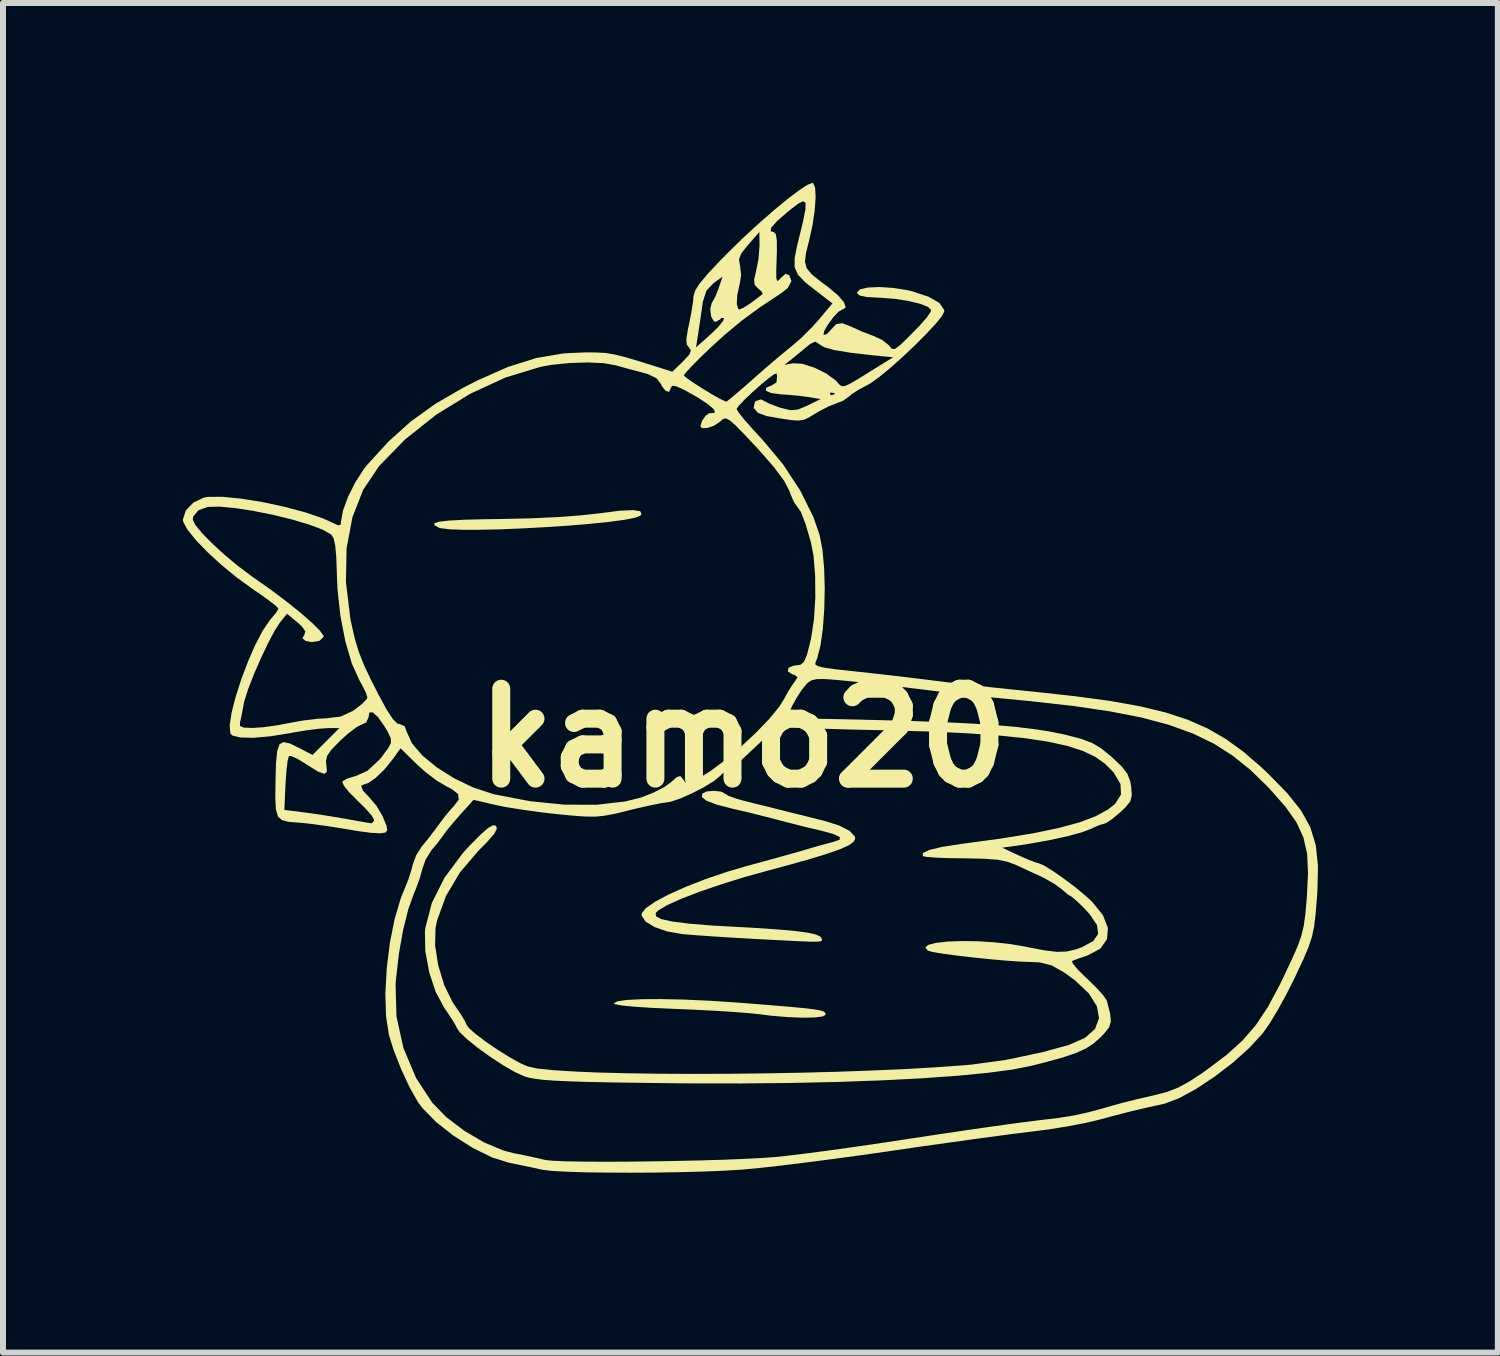
<source format=kicad_pcb>
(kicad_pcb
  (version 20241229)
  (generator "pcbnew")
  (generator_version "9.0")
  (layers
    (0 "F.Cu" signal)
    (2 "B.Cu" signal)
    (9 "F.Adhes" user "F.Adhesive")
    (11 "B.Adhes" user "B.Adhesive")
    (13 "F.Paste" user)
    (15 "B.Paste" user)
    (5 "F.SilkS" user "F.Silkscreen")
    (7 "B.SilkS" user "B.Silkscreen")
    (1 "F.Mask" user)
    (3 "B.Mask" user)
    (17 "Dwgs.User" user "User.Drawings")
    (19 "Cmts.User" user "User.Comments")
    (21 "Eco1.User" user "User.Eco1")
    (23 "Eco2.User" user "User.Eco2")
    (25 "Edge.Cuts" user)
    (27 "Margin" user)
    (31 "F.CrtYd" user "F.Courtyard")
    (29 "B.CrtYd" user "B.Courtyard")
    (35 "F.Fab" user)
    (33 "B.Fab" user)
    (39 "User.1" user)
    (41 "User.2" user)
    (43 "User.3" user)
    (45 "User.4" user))
  (footprint "kamo20"
    (layer "F.Cu")
    (at 9.346 9.259)
    (property "Reference" "kamo20" (at 0 0 0) (layer "F.SilkS") (effects (font (size 1.5 1.5) (thickness 0.3))))
    (attr board_only exclude_from_pos_files exclude_from_bom)
    (fp_poly (pts (xy -1.717 -3.782) (xy -1.696 -3.734) (xy -1.717 -3.707) (xy -1.803 -3.673) (xy -1.981 -3.639) (xy -2.235 -3.605) (xy -2.546 -3.573) (xy -2.898 -3.543) (xy -3.273 -3.518) (xy -3.655 -3.497) (xy -4.024 -3.481) (xy -4.366 -3.473) (xy -4.661 -3.472) (xy -4.892 -3.48) (xy -5.043 -3.499) (xy -5.076 -3.508) (xy -5.15 -3.549) (xy -5.151 -3.582) (xy -5.074 -3.607) (xy -4.911 -3.626) (xy -4.656 -3.64) (xy -4.302 -3.649) (xy -4.041 -3.652) (xy -3.566 -3.663) (xy -3.117 -3.683) (xy -2.721 -3.712) (xy -2.404 -3.747) (xy -2.364 -3.752) (xy -2.055 -3.791) (xy -1.838 -3.801)) (stroke (width 0) (type solid)) (fill yes) (layer "F.SilkS"))
    (fp_poly (pts (xy -0.998 4.363) (xy -0.572 4.382) (xy -0.111 4.412) (xy 0.082 4.427) (xy 0.491 4.46) (xy 0.803 4.486) (xy 1.031 4.508) (xy 1.189 4.527) (xy 1.289 4.545) (xy 1.345 4.563) (xy 1.369 4.585) (xy 1.374 4.611) (xy 1.374 4.616) (xy 1.324 4.646) (xy 1.185 4.662) (xy 0.982 4.665) (xy 0.735 4.655) (xy 0.466 4.632) (xy 0.275 4.608) (xy 0.103 4.59) (xy -0.153 4.57) (xy -0.468 4.55) (xy -0.817 4.532) (xy -1.127 4.519) (xy -1.508 4.502) (xy -1.809 4.483) (xy -2.022 4.462) (xy -2.138 4.44) (xy -2.158 4.426) (xy -2.096 4.392) (xy -1.937 4.369) (xy -1.692 4.357) (xy -1.375 4.355)) (stroke (width 0) (type solid)) (fill yes) (layer "F.SilkS"))
    (fp_poly (pts (xy -0.363 0.896) (xy -0.307 0.927) (xy -0.241 0.967) (xy -0.104 1.016) (xy -0.015 1.041) (xy 0.22 1.1) (xy 0.534 1.178) (xy 0.898 1.269) (xy 1.284 1.365) (xy 1.347 1.38) (xy 1.595 1.458) (xy 1.772 1.548) (xy 1.861 1.64) (xy 1.869 1.675) (xy 1.845 1.728) (xy 1.768 1.786) (xy 1.627 1.851) (xy 1.413 1.927) (xy 1.116 2.018) (xy 0.728 2.127) (xy 0.44 2.204) (xy 0.019 2.321) (xy -0.376 2.444) (xy -0.732 2.566) (xy -1.033 2.682) (xy -1.266 2.787) (xy -1.415 2.875) (xy -1.46 2.919) (xy -1.455 2.974) (xy -1.364 3.022) (xy -1.181 3.062) (xy -0.902 3.097) (xy -0.521 3.128) (xy -0.253 3.143) (xy 0.218 3.169) (xy 0.589 3.195) (xy 0.87 3.22) (xy 1.073 3.247) (xy 1.206 3.276) (xy 1.281 3.309) (xy 1.306 3.34) (xy 1.314 3.364) (xy 1.312 3.381) (xy 1.285 3.392) (xy 1.222 3.398) (xy 1.108 3.397) (xy 0.931 3.39) (xy 0.676 3.377) (xy 0.332 3.359) (xy 0.137 3.348) (xy -0.185 3.33) (xy -0.5 3.31) (xy -0.774 3.291) (xy -0.979 3.274) (xy -1.022 3.27) (xy -1.27 3.226) (xy -1.478 3.154) (xy -1.627 3.063) (xy -1.694 2.964) (xy -1.694 2.929) (xy -1.629 2.842) (xy -1.474 2.734) (xy -1.245 2.611) (xy -0.957 2.482) (xy -0.626 2.353) (xy -0.269 2.232) (xy 0.055 2.137) (xy 0.358 2.054) (xy 0.645 1.975) (xy 0.888 1.907) (xy 1.061 1.857) (xy 1.1 1.845) (xy 1.287 1.791) (xy 1.457 1.745) (xy 1.5 1.735) (xy 1.61 1.696) (xy 1.611 1.652) (xy 1.504 1.601) (xy 1.288 1.543) (xy 1.281 1.541) (xy 1.045 1.486) (xy 0.776 1.418) (xy 0.605 1.373) (xy 0.358 1.309) (xy 0.071 1.238) (xy -0.165 1.183) (xy -0.439 1.113) (xy -0.611 1.048) (xy -0.688 0.985) (xy -0.683 0.928) (xy -0.609 0.892) (xy -0.484 0.881)) (stroke (width 0) (type solid)) (fill yes) (layer "F.SilkS"))
    (fp_poly (pts (xy 1.166 -9.257) (xy 1.2 -9.179) (xy 1.208 -9.019) (xy 1.193 -8.801) (xy 1.156 -8.551) (xy 1.101 -8.304) (xy 1.048 -8.092) (xy 1.03 -7.946) (xy 1.058 -7.836) (xy 1.144 -7.733) (xy 1.299 -7.608) (xy 1.416 -7.522) (xy 1.577 -7.387) (xy 1.679 -7.27) (xy 1.711 -7.185) (xy 1.665 -7.148) (xy 1.652 -7.147) (xy 1.587 -7.108) (xy 1.499 -7.013) (xy 1.412 -6.894) (xy 1.351 -6.787) (xy 1.339 -6.724) (xy 1.341 -6.723) (xy 1.394 -6.735) (xy 1.461 -6.807) (xy 1.551 -6.902) (xy 1.654 -6.918) (xy 1.804 -6.86) (xy 1.823 -6.85) (xy 1.979 -6.78) (xy 2.157 -6.712) (xy 2.166 -6.709) (xy 2.317 -6.639) (xy 2.426 -6.554) (xy 2.435 -6.542) (xy 2.481 -6.49) (xy 2.533 -6.489) (xy 2.614 -6.55) (xy 2.724 -6.655) (xy 2.932 -6.866) (xy 3.063 -7.014) (xy 3.126 -7.108) (xy 3.134 -7.138) (xy 3.083 -7.19) (xy 2.948 -7.243) (xy 2.753 -7.29) (xy 2.523 -7.325) (xy 2.284 -7.343) (xy 2.282 -7.343) (xy 2.065 -7.355) (xy 1.942 -7.38) (xy 1.898 -7.42) (xy 1.897 -7.429) (xy 1.947 -7.482) (xy 2.08 -7.513) (xy 2.272 -7.522) (xy 2.499 -7.507) (xy 2.735 -7.47) (xy 2.816 -7.451) (xy 3.092 -7.36) (xy 3.273 -7.255) (xy 3.351 -7.141) (xy 3.354 -7.114) (xy 3.314 -7.036) (xy 3.208 -6.905) (xy 3.051 -6.737) (xy 2.863 -6.548) (xy 2.659 -6.356) (xy 2.457 -6.175) (xy 2.274 -6.024) (xy 2.128 -5.919) (xy 2.077 -5.89) (xy 1.918 -5.805) (xy 1.797 -5.725) (xy 1.762 -5.693) (xy 1.662 -5.622) (xy 1.56 -5.584) (xy 1.428 -5.532) (xy 1.261 -5.446) (xy 1.198 -5.408) (xy 1.097 -5.346) (xy 1.013 -5.308) (xy 0.92 -5.294) (xy 0.792 -5.303) (xy 0.603 -5.332) (xy 0.394 -5.369) (xy 0.245 -5.423) (xy 0.174 -5.507) (xy 0.195 -5.603) (xy 0.21 -5.62) (xy 0.299 -5.648) (xy 0.341 -5.626) (xy 0.437 -5.576) (xy 0.587 -5.519) (xy 0.632 -5.505) (xy 0.789 -5.467) (xy 0.914 -5.478) (xy 1.069 -5.543) (xy 1.072 -5.545) (xy 1.291 -5.653) (xy 1.099 -5.685) (xy 0.924 -5.708) (xy 0.71 -5.727) (xy 0.632 -5.731) (xy 0.465 -5.753) (xy 0.463 -5.754) (xy 1.448 -5.754) (xy 1.455 -5.722) (xy 1.484 -5.718) (xy 1.53 -5.738) (xy 1.521 -5.754) (xy 1.456 -5.761) (xy 1.448 -5.754) (xy 0.463 -5.754) (xy 0.379 -5.793) (xy 0.383 -5.84) (xy 0.479 -5.883) (xy 0.555 -5.931) (xy 0.565 -6.034) (xy 0.557 -6.081) (xy 0.517 -6.068) (xy 0.421 -5.997) (xy 0.292 -5.89) (xy 0.152 -5.765) (xy 0.023 -5.643) (xy -0.072 -5.544) (xy -0.11 -5.487) (xy -0.11 -5.486) (xy -0.074 -5.426) (xy 0.023 -5.305) (xy 0.167 -5.142) (xy 0.327 -4.969) (xy 0.664 -4.565) (xy 0.951 -4.128) (xy 1.17 -3.687) (xy 1.275 -3.384) (xy 1.322 -3.139) (xy 1.35 -2.833) (xy 1.36 -2.493) (xy 1.352 -2.146) (xy 1.328 -1.818) (xy 1.288 -1.535) (xy 1.233 -1.324) (xy 1.207 -1.265) (xy 1.202 -1.227) (xy 1.246 -1.198) (xy 1.352 -1.172) (xy 1.537 -1.146) (xy 1.804 -1.117) (xy 2.138 -1.081) (xy 2.524 -1.037) (xy 2.907 -0.991) (xy 3.134 -0.963) (xy 3.424 -0.927) (xy 3.789 -0.885) (xy 4.193 -0.84) (xy 4.601 -0.797) (xy 4.866 -0.77) (xy 5.541 -0.696) (xy 6.12 -0.618) (xy 6.616 -0.529) (xy 7.044 -0.426) (xy 7.416 -0.304) (xy 7.747 -0.158) (xy 8.05 0.017) (xy 8.339 0.226) (xy 8.627 0.474) (xy 8.761 0.6) (xy 9.074 0.92) (xy 9.304 1.208) (xy 9.459 1.489) (xy 9.55 1.787) (xy 9.587 2.129) (xy 9.578 2.538) (xy 9.569 2.674) (xy 9.547 2.944) (xy 9.522 3.149) (xy 9.485 3.321) (xy 9.428 3.492) (xy 9.342 3.694) (xy 9.217 3.961) (xy 9.206 3.986) (xy 9.066 4.264) (xy 8.918 4.534) (xy 8.779 4.765) (xy 8.666 4.926) (xy 8.666 4.926) (xy 8.442 5.169) (xy 8.167 5.416) (xy 7.863 5.649) (xy 7.557 5.852) (xy 7.271 6.008) (xy 7.029 6.1) (xy 7.003 6.106) (xy 6.709 6.17) (xy 6.453 6.231) (xy 6.186 6.3) (xy 5.926 6.37) (xy 5.694 6.424) (xy 5.395 6.481) (xy 5.071 6.532) (xy 4.827 6.563) (xy 4.596 6.591) (xy 4.278 6.633) (xy 3.893 6.685) (xy 3.461 6.745) (xy 3.004 6.809) (xy 2.543 6.876) (xy 2.447 6.89) (xy 1.981 6.957) (xy 1.509 7.021) (xy 1.054 7.08) (xy 0.638 7.131) (xy 0.283 7.171) (xy 0.01 7.197) (xy -0.027 7.2) (xy -0.323 7.218) (xy -0.676 7.232) (xy -1.067 7.242) (xy -1.478 7.249) (xy -1.891 7.251) (xy -2.288 7.249) (xy -2.65 7.244) (xy -2.959 7.234) (xy -3.196 7.22) (xy -3.344 7.203) (xy -3.354 7.201) (xy -3.512 7.166) (xy -3.727 7.121) (xy -3.903 7.086) (xy -4.192 6.995) (xy -4.512 6.837) (xy -4.833 6.633) (xy -5.123 6.405) (xy -5.352 6.171) (xy -5.427 6.069) (xy -5.565 5.825) (xy -5.706 5.522) (xy -5.829 5.21) (xy -5.909 4.954) (xy -5.957 4.644) (xy -5.969 4.264) (xy -5.96 4.11) (xy -5.798 4.11) (xy -5.783 4.644) (xy -5.667 5.172) (xy -5.457 5.67) (xy -5.185 6.085) (xy -4.951 6.325) (xy -4.651 6.552) (xy -4.323 6.745) (xy -4.002 6.88) (xy -3.844 6.922) (xy -3.624 6.966) (xy -3.417 7.011) (xy -3.299 7.039) (xy -3.187 7.051) (xy -2.981 7.06) (xy -2.699 7.066) (xy -2.357 7.068) (xy -1.97 7.067) (xy -1.556 7.062) (xy -1.131 7.055) (xy -0.712 7.046) (xy -0.314 7.034) (xy 0.045 7.019) (xy 0.349 7.003) (xy 0.522 6.99) (xy 0.737 6.968) (xy 1.04 6.931) (xy 1.409 6.883) (xy 1.825 6.825) (xy 2.267 6.761) (xy 2.713 6.694) (xy 2.749 6.688) (xy 3.191 6.621) (xy 3.626 6.556) (xy 4.035 6.497) (xy 4.398 6.446) (xy 4.694 6.406) (xy 4.903 6.38) (xy 4.92 6.378) (xy 5.247 6.339) (xy 5.513 6.297) (xy 5.766 6.241) (xy 6.055 6.162) (xy 6.158 6.132) (xy 6.336 6.083) (xy 6.573 6.024) (xy 6.819 5.967) (xy 6.834 5.964) (xy 7.06 5.906) (xy 7.25 5.834) (xy 7.441 5.73) (xy 7.672 5.578) (xy 7.732 5.535) (xy 8.064 5.285) (xy 8.329 5.045) (xy 8.549 4.791) (xy 8.747 4.494) (xy 8.944 4.128) (xy 9.025 3.96) (xy 9.157 3.68) (xy 9.25 3.469) (xy 9.311 3.296) (xy 9.35 3.131) (xy 9.376 2.945) (xy 9.397 2.707) (xy 9.401 2.657) (xy 9.421 2.255) (xy 9.406 1.932) (xy 9.344 1.658) (xy 9.227 1.405) (xy 9.044 1.146) (xy 8.785 0.853) (xy 8.742 0.807) (xy 8.459 0.532) (xy 8.166 0.296) (xy 7.849 0.094) (xy 7.497 -0.076) (xy 7.098 -0.22) (xy 6.64 -0.342) (xy 6.11 -0.445) (xy 5.498 -0.535) (xy 4.791 -0.614) (xy 4.591 -0.633) (xy 4.225 -0.669) (xy 3.836 -0.71) (xy 3.463 -0.752) (xy 3.148 -0.789) (xy 3.079 -0.798) (xy 2.737 -0.84) (xy 2.347 -0.886) (xy 1.972 -0.927) (xy 1.808 -0.944) (xy 1.534 -0.971) (xy 1.346 -0.984) (xy 1.224 -0.982) (xy 1.146 -0.965) (xy 1.089 -0.93) (xy 1.059 -0.903) (xy 0.98 -0.807) (xy 0.893 -0.673) (xy 0.815 -0.531) (xy 0.761 -0.41) (xy 0.745 -0.338) (xy 0.755 -0.329) (xy 1.551 -0.315) (xy 2.246 -0.299) (xy 2.849 -0.282) (xy 3.371 -0.262) (xy 3.82 -0.24) (xy 4.206 -0.215) (xy 4.537 -0.186) (xy 4.824 -0.152) (xy 5.076 -0.114) (xy 5.301 -0.07) (xy 5.39 -0.05) (xy 5.639 0.015) (xy 5.819 0.083) (xy 5.97 0.172) (xy 6.131 0.303) (xy 6.15 0.319) (xy 6.313 0.474) (xy 6.408 0.598) (xy 6.456 0.724) (xy 6.471 0.811) (xy 6.482 0.956) (xy 6.456 1.057) (xy 6.374 1.159) (xy 6.291 1.237) (xy 6.161 1.347) (xy 6.058 1.417) (xy 6.023 1.43) (xy 5.937 1.454) (xy 5.81 1.511) (xy 5.805 1.514) (xy 5.649 1.573) (xy 5.407 1.639) (xy 5.106 1.705) (xy 4.768 1.765) (xy 4.593 1.792) (xy 4.32 1.83) (xy 4.593 1.958) (xy 4.754 2.029) (xy 4.878 2.076) (xy 4.921 2.087) (xy 5.008 2.122) (xy 5.154 2.211) (xy 5.335 2.336) (xy 5.527 2.48) (xy 5.704 2.626) (xy 5.817 2.729) (xy 6 2.955) (xy 6.083 3.168) (xy 6.068 3.357) (xy 5.956 3.514) (xy 5.747 3.626) (xy 5.733 3.631) (xy 5.59 3.679) (xy 5.495 3.716) (xy 5.484 3.722) (xy 5.501 3.767) (xy 5.583 3.865) (xy 5.715 3.995) (xy 5.742 4.02) (xy 5.893 4.167) (xy 6.008 4.296) (xy 6.066 4.383) (xy 6.067 4.388) (xy 6.119 4.592) (xy 6.133 4.727) (xy 6.103 4.827) (xy 6.023 4.928) (xy 5.954 4.999) (xy 5.84 5.099) (xy 5.71 5.182) (xy 5.545 5.257) (xy 5.323 5.331) (xy 5.024 5.413) (xy 4.806 5.468) (xy 4.489 5.531) (xy 4.071 5.586) (xy 3.561 5.635) (xy 2.97 5.677) (xy 2.305 5.711) (xy 1.577 5.737) (xy 0.795 5.754) (xy -0.033 5.762) (xy -0.897 5.761) (xy -1.21 5.758) (xy -1.776 5.751) (xy -2.243 5.744) (xy -2.623 5.736) (xy -2.925 5.726) (xy -3.161 5.715) (xy -3.342 5.701) (xy -3.479 5.684) (xy -3.582 5.664) (xy -3.647 5.645) (xy -3.804 5.574) (xy -4.002 5.46) (xy -4.217 5.319) (xy -4.426 5.169) (xy -4.604 5.026) (xy -4.728 4.907) (xy -4.77 4.846) (xy -4.82 4.752) (xy -4.912 4.608) (xy -4.985 4.503) (xy -5.129 4.236) (xy -5.238 3.905) (xy -5.302 3.555) (xy -5.309 3.23) (xy -5.302 3.17) (xy -5.193 2.751) (xy -4.981 2.329) (xy -4.675 1.918) (xy -4.566 1.799) (xy -4.38 1.611) (xy -4.252 1.499) (xy -4.169 1.454) (xy -4.122 1.465) (xy -4.109 1.516) (xy -4.155 1.601) (xy -4.269 1.733) (xy -4.414 1.879) (xy -4.722 2.239) (xy -4.957 2.634) (xy -5.104 3.038) (xy -5.132 3.173) (xy -5.139 3.462) (xy -5.087 3.792) (xy -4.987 4.121) (xy -4.849 4.404) (xy -4.81 4.462) (xy -4.707 4.612) (xy -4.638 4.728) (xy -4.618 4.776) (xy -4.574 4.84) (xy -4.457 4.942) (xy -4.291 5.067) (xy -4.097 5.2) (xy -3.899 5.323) (xy -3.72 5.423) (xy -3.59 5.48) (xy -3.433 5.513) (xy -3.178 5.54) (xy -2.837 5.562) (xy -2.421 5.58) (xy -1.943 5.592) (xy -1.415 5.6) (xy -0.847 5.603) (xy -0.252 5.601) (xy 0.358 5.594) (xy 0.971 5.583) (xy 1.576 5.567) (xy 2.161 5.546) (xy 2.713 5.522) (xy 3.222 5.492) (xy 3.675 5.459) (xy 3.821 5.446) (xy 4.39 5.368) (xy 4.987 5.242) (xy 5.429 5.121) (xy 5.7 5.003) (xy 5.869 4.852) (xy 5.935 4.674) (xy 5.9 4.475) (xy 5.764 4.26) (xy 5.527 4.036) (xy 5.348 3.907) (xy 5.146 3.794) (xy 4.954 3.745) (xy 4.815 3.737) (xy 4.632 3.731) (xy 4.392 3.714) (xy 4.119 3.69) (xy 3.836 3.661) (xy 3.568 3.63) (xy 3.337 3.599) (xy 3.167 3.571) (xy 3.082 3.548) (xy 3.081 3.548) (xy 3.038 3.494) (xy 3.088 3.45) (xy 3.216 3.417) (xy 3.406 3.396) (xy 3.642 3.387) (xy 3.908 3.39) (xy 4.188 3.408) (xy 4.466 3.439) (xy 4.728 3.484) (xy 4.728 3.485) (xy 5.016 3.541) (xy 5.229 3.567) (xy 5.399 3.561) (xy 5.556 3.524) (xy 5.657 3.487) (xy 5.84 3.386) (xy 5.921 3.267) (xy 5.901 3.12) (xy 5.78 2.94) (xy 5.682 2.834) (xy 5.566 2.722) (xy 5.484 2.652) (xy 5.463 2.639) (xy 5.409 2.606) (xy 5.32 2.529) (xy 5.193 2.435) (xy 5.025 2.339) (xy 4.979 2.316) (xy 4.775 2.222) (xy 4.565 2.125) (xy 4.536 2.112) (xy 4.406 2.064) (xy 4.249 2.032) (xy 4.038 2.015) (xy 3.748 2.008) (xy 3.674 2.007) (xy 3.418 2.004) (xy 3.204 1.995) (xy 3.056 1.983) (xy 2.995 1.969) (xy 2.999 1.918) (xy 3.109 1.866) (xy 3.322 1.816) (xy 3.634 1.767) (xy 3.684 1.761) (xy 4.309 1.676) (xy 4.832 1.591) (xy 5.263 1.501) (xy 5.611 1.407) (xy 5.883 1.304) (xy 6.089 1.19) (xy 6.204 1.098) (xy 6.302 0.943) (xy 6.292 0.767) (xy 6.178 0.574) (xy 6.034 0.429) (xy 5.874 0.316) (xy 5.669 0.217) (xy 5.413 0.134) (xy 5.096 0.063) (xy 4.711 0.005) (xy 4.25 -0.043) (xy 3.706 -0.08) (xy 3.07 -0.109) (xy 2.334 -0.129) (xy 2.101 -0.134) (xy 1.719 -0.143) (xy 1.374 -0.153) (xy 1.079 -0.164) (xy 0.851 -0.175) (xy 0.704 -0.186) (xy 0.656 -0.194) (xy 0.593 -0.176) (xy 0.476 -0.096) (xy 0.331 0.028) (xy 0.322 0.037) (xy 0.103 0.244) (xy -0.05 0.386) (xy -0.15 0.476) (xy -0.212 0.525) (xy -0.249 0.546) (xy -0.271 0.55) (xy -0.339 0.587) (xy -0.389 0.637) (xy -0.492 0.721) (xy -0.663 0.825) (xy -0.865 0.928) (xy -1.063 1.015) (xy -1.22 1.066) (xy -1.265 1.073) (xy -1.377 1.089) (xy -1.564 1.127) (xy -1.794 1.179) (xy -1.915 1.209) (xy -2.138 1.264) (xy -2.313 1.297) (xy -2.473 1.312) (xy -2.652 1.31) (xy -2.883 1.292) (xy -3.097 1.271) (xy -3.401 1.236) (xy -3.705 1.193) (xy -3.972 1.15) (xy -4.132 1.117) (xy -4.497 1.032) (xy -4.709 1.266) (xy -4.841 1.418) (xy -4.953 1.554) (xy -4.998 1.616) (xy -5.091 1.743) (xy -5.197 1.869) (xy -5.295 2.024) (xy -5.351 2.181) (xy -5.395 2.342) (xy -5.466 2.534) (xy -5.492 2.594) (xy -5.586 2.857) (xy -5.672 3.201) (xy -5.742 3.595) (xy -5.79 4.011) (xy -5.798 4.11) (xy -5.96 4.11) (xy -5.946 3.844) (xy -5.893 3.416) (xy -5.812 3.012) (xy -5.708 2.663) (xy -5.657 2.539) (xy -5.582 2.352) (xy -5.526 2.174) (xy -5.516 2.126) (xy -5.454 1.955) (xy -5.364 1.814) (xy -5.257 1.683) (xy -5.13 1.517) (xy -5.087 1.457) (xy -4.971 1.304) (xy -4.863 1.175) (xy -4.829 1.139) (xy -4.745 1.028) (xy -4.754 0.937) (xy -4.863 0.85) (xy -4.954 0.804) (xy -5.114 0.709) (xy -5.301 0.567) (xy -5.446 0.436) (xy -5.715 0.172) (xy -5.84 0.347) (xy -5.98 0.521) (xy -6.127 0.663) (xy -6.253 0.751) (xy -6.309 0.768) (xy -6.373 0.797) (xy -6.341 0.879) (xy -6.233 0.994) (xy -6.116 1.132) (xy -6.014 1.305) (xy -5.948 1.468) (xy -5.938 1.538) (xy -5.964 1.576) (xy -6.053 1.591) (xy -6.215 1.581) (xy -6.464 1.547) (xy -6.676 1.511) (xy -6.932 1.47) (xy -7.181 1.436) (xy -7.378 1.415) (xy -7.413 1.412) (xy -7.579 1.399) (xy -7.692 1.371) (xy -7.76 1.309) (xy -7.792 1.2) (xy -7.653 1.2) (xy -7.331 1.24) (xy -7.099 1.272) (xy -6.827 1.315) (xy -6.625 1.35) (xy -6.429 1.385) (xy -6.277 1.412) (xy -6.2 1.424) (xy -6.199 1.424) (xy -6.16 1.386) (xy -6.158 1.364) (xy -6.195 1.296) (xy -6.295 1.181) (xy -6.435 1.043) (xy -6.439 1.039) (xy -6.574 0.903) (xy -6.663 0.792) (xy -6.688 0.727) (xy -6.687 0.726) (xy -6.614 0.68) (xy -6.483 0.64) (xy -6.47 0.638) (xy -6.266 0.547) (xy -6.057 0.352) (xy -5.924 0.174) (xy -5.878 0.09) (xy -5.876 0.012) (xy -5.925 -0.096) (xy -5.984 -0.196) (xy -6.092 -0.349) (xy -6.18 -0.428) (xy -6.236 -0.425) (xy -6.248 -0.346) (xy -6.288 -0.259) (xy -6.35 -0.231) (xy -6.445 -0.183) (xy -6.584 -0.079) (xy -6.723 0.046) (xy -6.866 0.193) (xy -6.94 0.298) (xy -6.96 0.388) (xy -6.952 0.453) (xy -6.943 0.561) (xy -6.984 0.598) (xy -7.087 0.563) (xy -7.261 0.456) (xy -7.292 0.435) (xy -7.435 0.347) (xy -7.541 0.301) (xy -7.577 0.301) (xy -7.597 0.371) (xy -7.616 0.52) (xy -7.631 0.721) (xy -7.634 0.769) (xy -7.653 1.2) (xy -7.792 1.2) (xy -7.794 1.195) (xy -7.804 1.011) (xy -7.801 0.736) (xy -7.801 0.705) (xy -7.792 0.411) (xy -7.772 0.216) (xy -7.734 0.106) (xy -7.667 0.068) (xy -7.563 0.091) (xy -7.414 0.163) (xy -7.413 0.163) (xy -7.184 0.283) (xy -6.96 0.059) (xy -6.736 -0.165) (xy -6.928 -0.165) (xy -7.076 -0.154) (xy -7.288 -0.127) (xy -7.523 -0.088) (xy -7.551 -0.082) (xy -7.889 -0.028) (xy -8.172 -0.003) (xy -8.388 -0.008) (xy -8.521 -0.042) (xy -8.554 -0.076) (xy -8.565 -0.212) (xy -8.533 -0.423) (xy -8.466 -0.684) (xy -8.373 -0.975) (xy -8.262 -1.27) (xy -8.14 -1.549) (xy -8.016 -1.787) (xy -7.898 -1.961) (xy -7.88 -1.982) (xy -7.794 -2.086) (xy -7.753 -2.155) (xy -7.752 -2.159) (xy -7.795 -2.204) (xy -7.909 -2.293) (xy -8.075 -2.412) (xy -8.178 -2.482) (xy -8.442 -2.673) (xy -8.699 -2.883) (xy -8.932 -3.097) (xy -9.127 -3.298) (xy -9.268 -3.473) (xy -9.34 -3.605) (xy -9.346 -3.641) (xy -9.345 -3.645) (xy -9.181 -3.645) (xy -9.14 -3.556) (xy -9.027 -3.418) (xy -8.86 -3.248) (xy -8.656 -3.06) (xy -8.431 -2.873) (xy -8.203 -2.701) (xy -8.137 -2.654) (xy -7.866 -2.464) (xy -7.608 -2.269) (xy -7.378 -2.084) (xy -7.191 -1.92) (xy -7.059 -1.789) (xy -6.999 -1.704) (xy -6.997 -1.687) (xy -7.07 -1.619) (xy -7.199 -1.599) (xy -7.297 -1.619) (xy -7.353 -1.664) (xy -7.322 -1.716) (xy -7.302 -1.777) (xy -7.361 -1.861) (xy -7.433 -1.926) (xy -7.608 -2.072) (xy -7.724 -1.929) (xy -7.814 -1.791) (xy -7.926 -1.579) (xy -8.046 -1.326) (xy -8.161 -1.062) (xy -8.256 -0.818) (xy -8.318 -0.625) (xy -8.331 -0.569) (xy -8.361 -0.405) (xy -8.389 -0.275) (xy -8.393 -0.261) (xy -8.393 -0.201) (xy -8.332 -0.173) (xy -8.186 -0.167) (xy -8.182 -0.167) (xy -7.997 -0.18) (xy -7.764 -0.213) (xy -7.587 -0.247) (xy -7.348 -0.29) (xy -7.105 -0.32) (xy -6.958 -0.328) (xy -6.718 -0.356) (xy -6.513 -0.45) (xy -6.477 -0.475) (xy -6.352 -0.572) (xy -6.277 -0.653) (xy -6.268 -0.676) (xy -6.293 -0.754) (xy -6.359 -0.887) (xy -6.399 -0.957) (xy -6.528 -1.243) (xy -6.636 -1.611) (xy -6.718 -2.034) (xy -6.767 -2.483) (xy -6.772 -2.597) (xy -6.626 -2.597) (xy -6.552 -1.989) (xy -6.533 -1.897) (xy -6.477 -1.652) (xy -6.412 -1.437) (xy -6.326 -1.218) (xy -6.205 -0.963) (xy -6.085 -0.727) (xy -5.948 -0.475) (xy -5.844 -0.316) (xy -5.767 -0.24) (xy -5.73 -0.232) (xy -5.648 -0.198) (xy -5.61 -0.098) (xy -5.524 0.091) (xy -5.352 0.291) (xy -5.111 0.49) (xy -4.822 0.672) (xy -4.504 0.825) (xy -4.177 0.933) (xy -4.151 0.94) (xy -3.558 1.054) (xy -2.982 1.112) (xy -2.446 1.114) (xy -1.969 1.059) (xy -1.71 0.995) (xy -1.501 0.914) (xy -1.313 0.817) (xy -1.207 0.74) (xy -1.105 0.651) (xy -1.049 0.634) (xy -1.006 0.683) (xy -1.003 0.688) (xy -0.961 0.745) (xy -0.903 0.748) (xy -0.791 0.699) (xy -0.764 0.685) (xy -0.548 0.553) (xy -0.297 0.366) (xy -0.035 0.144) (xy 0.217 -0.092) (xy 0.437 -0.321) (xy 0.602 -0.523) (xy 0.671 -0.632) (xy 0.758 -0.789) (xy 0.84 -0.915) (xy 0.861 -0.941) (xy 0.907 -1.013) (xy 0.86 -1.05) (xy 0.821 -1.061) (xy 0.744 -1.11) (xy 0.756 -1.17) (xy 0.843 -1.207) (xy 0.88 -1.21) (xy 0.958 -1.222) (xy 1.016 -1.275) (xy 1.064 -1.388) (xy 1.114 -1.582) (xy 1.134 -1.672) (xy 1.181 -1.984) (xy 1.203 -2.343) (xy 1.2 -2.708) (xy 1.173 -3.038) (xy 1.132 -3.255) (xy 1.041 -3.567) (xy 0.962 -3.771) (xy 0.895 -3.866) (xy 0.893 -3.868) (xy 0.847 -3.935) (xy 0.789 -4.067) (xy 0.771 -4.12) (xy 0.683 -4.289) (xy 0.512 -4.519) (xy 0.262 -4.805) (xy 0.209 -4.862) (xy 0.009 -5.074) (xy -0.13 -5.216) (xy -0.224 -5.298) (xy -0.286 -5.33) (xy -0.333 -5.322) (xy -0.377 -5.285) (xy -0.387 -5.275) (xy -0.486 -5.209) (xy -0.599 -5.17) (xy -0.688 -5.168) (xy -0.715 -5.199) (xy -0.687 -5.288) (xy -0.627 -5.375) (xy -0.565 -5.419) (xy -0.551 -5.416) (xy -0.482 -5.424) (xy -0.47 -5.439) (xy -0.497 -5.49) (xy -0.6 -5.576) (xy -0.756 -5.678) (xy -0.771 -5.687) (xy -0.981 -5.805) (xy -1.115 -5.866) (xy -1.186 -5.875) (xy -1.209 -5.836) (xy -1.21 -5.828) (xy -1.236 -5.773) (xy -1.297 -5.792) (xy -1.359 -5.873) (xy -1.371 -5.902) (xy -1.444 -5.999) (xy -1.543 -6.047) (xy -0.99 -6.047) (xy -0.946 -6.006) (xy -0.836 -5.929) (xy -0.687 -5.833) (xy -0.529 -5.737) (xy -0.389 -5.658) (xy -0.297 -5.614) (xy -0.282 -5.61) (xy -0.235 -5.643) (xy -0.125 -5.735) (xy 0.031 -5.869) (xy 0.158 -5.981) (xy 0.366 -6.164) (xy 0.435 -6.223) (xy 0.688 -6.223) (xy 0.831 -6.25) (xy 0.985 -6.241) (xy 1.183 -6.179) (xy 1.381 -6.082) (xy 1.538 -5.968) (xy 1.561 -5.945) (xy 1.604 -5.895) (xy 1.642 -5.868) (xy 1.693 -5.869) (xy 1.775 -5.905) (xy 1.907 -5.982) (xy 2.109 -6.107) (xy 2.199 -6.163) (xy 2.501 -6.35) (xy 2.144 -6.385) (xy 1.782 -6.427) (xy 1.521 -6.47) (xy 1.351 -6.518) (xy 1.263 -6.572) (xy 1.262 -6.573) (xy 1.201 -6.612) (xy 1.12 -6.573) (xy 1.082 -6.543) (xy 0.946 -6.43) (xy 0.825 -6.332) (xy 0.688 -6.223) (xy 0.435 -6.223) (xy 0.572 -6.34) (xy 0.744 -6.483) (xy 0.807 -6.533) (xy 0.975 -6.679) (xy 1.158 -6.862) (xy 1.263 -6.98) (xy 1.488 -7.249) (xy 1.23 -7.447) (xy 1.033 -7.602) (xy 0.913 -7.727) (xy 0.858 -7.851) (xy 0.858 -8.007) (xy 0.903 -8.225) (xy 0.929 -8.331) (xy 1 -8.622) (xy 1.038 -8.816) (xy 1.04 -8.924) (xy 1.003 -8.953) (xy 0.922 -8.915) (xy 0.794 -8.818) (xy 0.754 -8.786) (xy 0.565 -8.622) (xy 0.467 -8.511) (xy 0.458 -8.452) (xy 0.509 -8.439) (xy 0.544 -8.406) (xy 0.561 -8.3) (xy 0.562 -8.105) (xy 0.558 -7.999) (xy 0.551 -7.784) (xy 0.553 -7.664) (xy 0.568 -7.621) (xy 0.599 -7.64) (xy 0.623 -7.669) (xy 0.705 -7.741) (xy 0.768 -7.72) (xy 0.805 -7.62) (xy 0.743 -7.506) (xy 0.639 -7.422) (xy 0.274 -7.18) (xy -0.031 -6.956) (xy -0.316 -6.718) (xy -0.541 -6.513) (xy -0.721 -6.34) (xy -0.866 -6.193) (xy -0.961 -6.089) (xy -0.99 -6.047) (xy -1.543 -6.047) (xy -1.59 -6.07) (xy -1.686 -6.097) (xy -1.883 -6.148) (xy -2.066 -6.199) (xy -2.121 -6.215) (xy -2.321 -6.251) (xy -2.591 -6.264) (xy -2.895 -6.254) (xy -3.195 -6.224) (xy -3.381 -6.19) (xy -3.968 -6.011) (xy -4.555 -5.74) (xy -5.12 -5.392) (xy -5.637 -4.982) (xy -6.075 -4.533) (xy -6.338 -4.14) (xy -6.518 -3.681) (xy -6.615 -3.164) (xy -6.626 -2.597) (xy -6.772 -2.597) (xy -6.777 -2.726) (xy -6.787 -3.015) (xy -6.805 -3.211) (xy -6.832 -3.332) (xy -6.872 -3.394) (xy -6.872 -3.394) (xy -7.016 -3.475) (xy -7.243 -3.56) (xy -7.529 -3.645) (xy -7.847 -3.723) (xy -8.173 -3.788) (xy -8.48 -3.835) (xy -8.743 -3.859) (xy -8.934 -3.853) (xy -9.088 -3.797) (xy -9.173 -3.693) (xy -9.181 -3.645) (xy -9.345 -3.645) (xy -9.297 -3.795) (xy -9.169 -3.928) (xy -8.995 -4.01) (xy -8.934 -4.021) (xy -8.69 -4.023) (xy -8.374 -3.992) (xy -8.017 -3.935) (xy -7.651 -3.856) (xy -7.306 -3.764) (xy -7.013 -3.664) (xy -6.867 -3.598) (xy -6.758 -3.548) (xy -6.715 -3.555) (xy -6.707 -3.614) (xy -6.675 -3.794) (xy -6.591 -4.022) (xy -6.47 -4.264) (xy -6.329 -4.483) (xy -6.277 -4.55) (xy -5.915 -4.946) (xy -5.544 -5.279) (xy -5.135 -5.573) (xy -4.658 -5.849) (xy -4.433 -5.963) (xy -3.923 -6.189) (xy -3.453 -6.337) (xy -2.993 -6.415) (xy -2.626 -6.432) (xy -2.443 -6.43) (xy -2.293 -6.421) (xy -2.147 -6.397) (xy -1.976 -6.355) (xy -1.75 -6.288) (xy -1.539 -6.222) (xy -1.182 -6.109) (xy -1.005 -6.28) (xy -0.9 -6.393) (xy -0.871 -6.463) (xy -0.902 -6.51) (xy -0.906 -6.515) (xy -0.787 -6.515) (xy -0.54 -6.735) (xy -0.414 -6.858) (xy -0.334 -6.957) (xy -0.319 -7.002) (xy -0.363 -7.008) (xy -0.386 -6.981) (xy -0.457 -6.941) (xy -0.489 -6.951) (xy -0.536 -7.032) (xy -0.549 -7.157) (xy -0.529 -7.239) (xy -0.107 -7.239) (xy -0.082 -7.156) (xy -0.062 -7.147) (xy 0.009 -7.178) (xy 0.124 -7.253) (xy 0.144 -7.267) (xy 0.255 -7.351) (xy 0.321 -7.402) (xy 0.326 -7.405) (xy 0.307 -7.447) (xy 0.252 -7.495) (xy 0.192 -7.556) (xy 0.182 -7.643) (xy 0.214 -7.783) (xy 0.255 -7.99) (xy 0.272 -8.203) (xy 0.272 -8.219) (xy 0.27 -8.439) (xy 0.084 -8.228) (xy -0.028 -8.088) (xy -0.07 -7.988) (xy -0.057 -7.895) (xy -0.054 -7.888) (xy -0.034 -7.724) (xy -0.058 -7.577) (xy -0.099 -7.388) (xy -0.107 -7.239) (xy -0.529 -7.239) (xy -0.523 -7.262) (xy -0.512 -7.276) (xy -0.47 -7.35) (xy -0.417 -7.481) (xy -0.409 -7.504) (xy -0.344 -7.695) (xy -0.494 -7.587) (xy -0.613 -7.461) (xy -0.673 -7.277) (xy -0.677 -7.245) (xy -0.708 -7.03) (xy -0.742 -6.802) (xy -0.748 -6.762) (xy -0.787 -6.515) (xy -0.906 -6.515) (xy -0.941 -6.562) (xy -0.948 -6.649) (xy -0.925 -6.801) (xy -0.904 -6.9) (xy -0.864 -7.103) (xy -0.836 -7.284) (xy -0.828 -7.374) (xy -0.803 -7.46) (xy -0.727 -7.579) (xy -0.589 -7.744) (xy -0.382 -7.964) (xy -0.259 -8.089) (xy -0.01 -8.333) (xy 0.246 -8.569) (xy 0.496 -8.788) (xy 0.725 -8.978) (xy 0.921 -9.127) (xy 1.069 -9.225) (xy 1.155 -9.259)) (stroke (width 0) (type solid)) (fill yes) (layer "F.SilkS")))
  (gr_rect
    (start -3 -3)
    (end 21.933 19.51)
    (stroke (width 0.1) (type default))
    (fill no)
    (layer "Edge.Cuts")))
</source>
